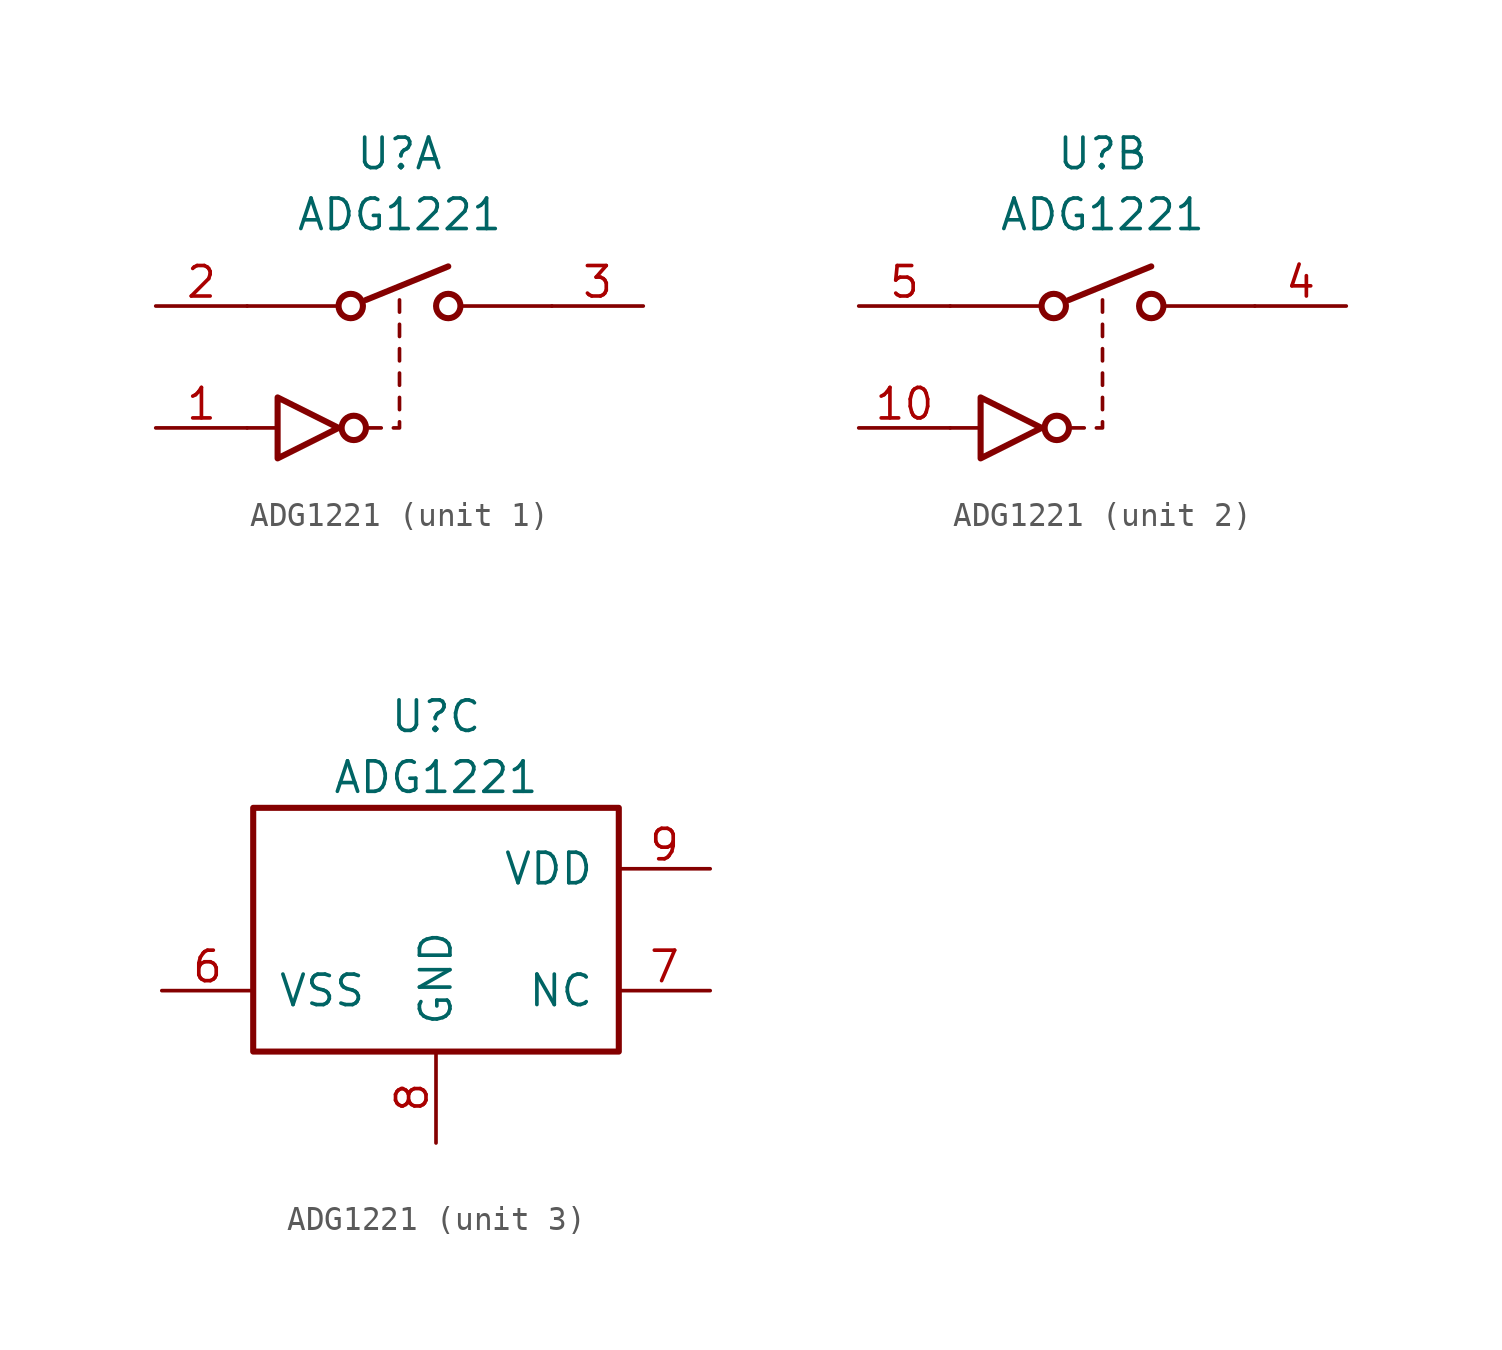
<source format=kicad_sym>
(kicad_symbol_lib
  (version 20231120)
  (generator "kicad_symbol_editor")
  (generator_version "8.0")
  (symbol "ADG1221"
    (pin_names
      (offset 1.016))
    (property "Reference" "U"
      (at 0 8.89 0)
      (effects (font (size 1.27 1.27))))
    (property "Value" "ADG1221"
      (at 0 6.35 0)
      (effects (font (size 1.27 1.27))))
    (property "ki_locked" ""
      (at 0 0 0)
      (effects (font (size 1.27 1.27))))
    (symbol "ADG1221_1_1"
      (circle (center -2.032 2.54) (radius 0.508) (stroke (width 0.254) (type default)) (fill (type none)))
      (circle (center -1.905 -2.54) (radius 0.508) (stroke (width 0.254) (type default)) (fill (type none)))
      (polyline (pts (xy -6.35 -2.54) (xy -5.08 -2.54)) (stroke (width 0) (type default)) (fill (type none)))
      (polyline (pts (xy -6.35 2.54) (xy -2.54 2.54)) (stroke (width 0) (type default)) (fill (type none)))
      (polyline (pts (xy -1.397 2.794) (xy 2.032 4.191)) (stroke (width 0.254) (type default)) (fill (type none)))
      (polyline (pts (xy -1.27 -2.54) (xy -0.762 -2.54)) (stroke (width 0) (type default)) (fill (type none)))
      (polyline (pts (xy 0 -1.778) (xy 0 -1.27)) (stroke (width 0) (type default)) (fill (type none)))
      (polyline (pts (xy 0 -0.762) (xy 0 -0.254)) (stroke (width 0) (type default)) (fill (type none)))
      (polyline (pts (xy 0 0.254) (xy 0 0.762)) (stroke (width 0) (type default)) (fill (type none)))
      (polyline (pts (xy 0 1.27) (xy 0 1.778)) (stroke (width 0) (type default)) (fill (type none)))
      (polyline (pts (xy 0 2.286) (xy 0 2.794)) (stroke (width 0) (type default)) (fill (type none)))
      (polyline (pts (xy 2.54 2.54) (xy 6.35 2.54)) (stroke (width 0) (type default)) (fill (type none)))
      (polyline (pts (xy -0.254 -2.54) (xy 0 -2.54) (xy 0 -2.286)) (stroke (width 0) (type default)) (fill (type none)))
      (polyline (pts (xy -5.08 -2.54) (xy -5.08 -1.27) (xy -2.54 -2.54) (xy -5.08 -3.81) (xy -5.08 -2.54)) (stroke (width 0.254) (type default)) (fill (type none)))
      (circle (center 2.032 2.54) (radius 0.508) (stroke (width 0.254) (type default)) (fill (type none)))
      (pin input line (at -10.16 -2.54 0) (length 3.81) (name "~" (effects (font (size 1.27 1.27)))) (number "1" (effects (font (size 1.27 1.27)))))
      (pin passive line (at -10.16 2.54 0) (length 3.81) (name "~" (effects (font (size 1.27 1.27)))) (number "2" (effects (font (size 1.27 1.27)))))
      (pin passive line (at 10.16 2.54 180) (length 3.81) (name "~" (effects (font (size 1.27 1.27)))) (number "3" (effects (font (size 1.27 1.27))))))
    (symbol "ADG1221_2_1"
      (circle (center -2.032 2.54) (radius 0.508) (stroke (width 0.254) (type default)) (fill (type none)))
      (circle (center -1.905 -2.54) (radius 0.508) (stroke (width 0.254) (type default)) (fill (type none)))
      (polyline (pts (xy -6.35 -2.54) (xy -5.08 -2.54)) (stroke (width 0) (type default)) (fill (type none)))
      (polyline (pts (xy -6.35 2.54) (xy -2.54 2.54)) (stroke (width 0) (type default)) (fill (type none)))
      (polyline (pts (xy -1.397 2.794) (xy 2.032 4.191)) (stroke (width 0.254) (type default)) (fill (type none)))
      (polyline (pts (xy -1.27 -2.54) (xy -0.762 -2.54)) (stroke (width 0) (type default)) (fill (type none)))
      (polyline (pts (xy 0 -1.778) (xy 0 -1.27)) (stroke (width 0) (type default)) (fill (type none)))
      (polyline (pts (xy 0 -0.762) (xy 0 -0.254)) (stroke (width 0) (type default)) (fill (type none)))
      (polyline (pts (xy 0 0.254) (xy 0 0.762)) (stroke (width 0) (type default)) (fill (type none)))
      (polyline (pts (xy 0 1.27) (xy 0 1.778)) (stroke (width 0) (type default)) (fill (type none)))
      (polyline (pts (xy 0 2.286) (xy 0 2.794)) (stroke (width 0) (type default)) (fill (type none)))
      (polyline (pts (xy 2.54 2.54) (xy 6.35 2.54)) (stroke (width 0) (type default)) (fill (type none)))
      (polyline (pts (xy -0.254 -2.54) (xy 0 -2.54) (xy 0 -2.286)) (stroke (width 0) (type default)) (fill (type none)))
      (polyline (pts (xy -5.08 -2.54) (xy -5.08 -1.27) (xy -2.54 -2.54) (xy -5.08 -3.81) (xy -5.08 -2.54)) (stroke (width 0.254) (type default)) (fill (type none)))
      (circle (center 2.032 2.54) (radius 0.508) (stroke (width 0.254) (type default)) (fill (type none)))
      (pin input line (at -10.16 -2.54 0) (length 3.81) (name "~" (effects (font (size 1.27 1.27)))) (number "10" (effects (font (size 1.27 1.27)))))
      (pin passive line (at 10.16 2.54 180) (length 3.81) (name "~" (effects (font (size 1.27 1.27)))) (number "4" (effects (font (size 1.27 1.27)))))
      (pin passive line (at -10.16 2.54 0) (length 3.81) (name "~" (effects (font (size 1.27 1.27)))) (number "5" (effects (font (size 1.27 1.27))))))
    (symbol "ADG1221_3_1"
      (rectangle (start -7.62 5.08) (end 7.62 -5.08) (stroke (width 0.254) (type default)) (fill (type none)))
      (pin power_in line (at -11.43 -2.54 0) (length 3.81) (name "VSS" (effects (font (size 1.27 1.27)))) (number "6" (effects (font (size 1.27 1.27)))))
      (pin passive line (at 11.43 -2.54 180) (length 3.81) (name "NC" (effects (font (size 1.27 1.27)))) (number "7" (effects (font (size 1.27 1.27)))))
      (pin power_in line (at 0 -8.89 90) (length 3.81) (name "GND" (effects (font (size 1.27 1.27)))) (number "8" (effects (font (size 1.27 1.27)))))
      (pin power_in line (at 11.43 2.54 180) (length 3.81) (name "VDD" (effects (font (size 1.27 1.27)))) (number "9" (effects (font (size 1.27 1.27))))))))
</source>
